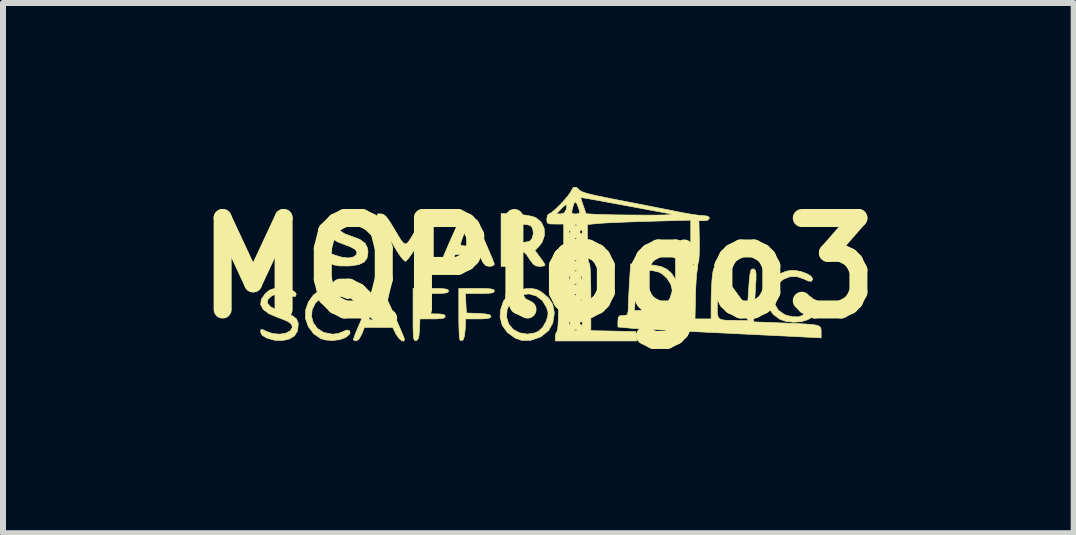
<source format=kicad_pcb>
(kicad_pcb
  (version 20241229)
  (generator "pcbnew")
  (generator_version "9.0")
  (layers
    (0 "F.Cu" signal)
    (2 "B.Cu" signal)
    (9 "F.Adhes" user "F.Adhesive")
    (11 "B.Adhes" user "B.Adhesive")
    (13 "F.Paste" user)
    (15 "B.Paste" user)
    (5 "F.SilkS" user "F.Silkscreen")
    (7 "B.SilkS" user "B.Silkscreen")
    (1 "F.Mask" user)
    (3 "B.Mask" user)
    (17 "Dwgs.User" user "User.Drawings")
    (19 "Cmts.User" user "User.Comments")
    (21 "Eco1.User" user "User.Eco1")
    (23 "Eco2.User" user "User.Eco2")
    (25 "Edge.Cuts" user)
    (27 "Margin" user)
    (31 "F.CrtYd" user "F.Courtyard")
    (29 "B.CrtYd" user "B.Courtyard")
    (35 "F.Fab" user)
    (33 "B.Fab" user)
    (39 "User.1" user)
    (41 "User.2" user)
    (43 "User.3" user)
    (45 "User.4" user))
  (footprint "MQPlogo3"
    (layer "F.Cu")
    (at 5.922 1.418)
    (property "Reference" "MQPlogo3" (at 0 0 0) (layer "F.SilkS") (effects (font (size 1.524 1.524) (thickness 0.3))))
    (attr through_hole)
    (fp_poly (pts (xy -0.895 0.34) (xy -0.807 0.345) (xy -0.757 0.354) (xy -0.736 0.37) (xy -0.734 0.381) (xy -0.744 0.402) (xy -0.781 0.415) (xy -0.855 0.422) (xy -0.975 0.423) (xy -1.216 0.423) (xy -1.199 0.748) (xy -0.995 0.756) (xy -0.883 0.764) (xy -0.819 0.776) (xy -0.792 0.795) (xy -0.79 0.806) (xy -0.802 0.827) (xy -0.845 0.84) (xy -0.929 0.846) (xy -1.001 0.847) (xy -1.211 0.847) (xy -1.219 1.021) (xy -1.232 1.135) (xy -1.255 1.198) (xy -1.289 1.209) (xy -1.307 1.195) (xy -1.314 1.162) (xy -1.32 1.082) (xy -1.324 0.967) (xy -1.326 0.826) (xy -1.326 0.757) (xy -1.326 0.339) (xy -1.03 0.339) (xy -0.895 0.34)) (stroke (width 0.01) (type solid)) (fill yes) (layer "F.SilkS"))
    (fp_poly (pts (xy -1.657 0.34) (xy -1.569 0.345) (xy -1.519 0.354) (xy -1.498 0.37) (xy -1.496 0.381) (xy -1.506 0.402) (xy -1.543 0.415) (xy -1.617 0.422) (xy -1.736 0.423) (xy -1.976 0.423) (xy -1.976 0.762) (xy -1.764 0.762) (xy -1.652 0.764) (xy -1.587 0.772) (xy -1.557 0.788) (xy -1.552 0.804) (xy -1.563 0.827) (xy -1.604 0.84) (xy -1.683 0.846) (xy -1.763 0.847) (xy -1.973 0.847) (xy -1.981 1.023) (xy -1.989 1.124) (xy -2.004 1.18) (xy -2.028 1.205) (xy -2.039 1.208) (xy -2.058 1.208) (xy -2.071 1.192) (xy -2.08 1.155) (xy -2.085 1.086) (xy -2.088 0.979) (xy -2.088 0.826) (xy -2.088 0.778) (xy -2.088 0.339) (xy -1.792 0.339) (xy -1.657 0.34)) (stroke (width 0.01) (type solid)) (fill yes) (layer "F.SilkS"))
    (fp_poly (pts (xy -2.577 -0.892) (xy -2.534 -0.854) (xy -2.48 -0.781) (xy -2.42 -0.684) (xy -2.339 -0.547) (xy -2.281 -0.455) (xy -2.238 -0.408) (xy -2.201 -0.403) (xy -2.163 -0.44) (xy -2.113 -0.518) (xy -2.048 -0.63) (xy -1.974 -0.753) (xy -1.92 -0.833) (xy -1.878 -0.88) (xy -1.842 -0.9) (xy -1.819 -0.903) (xy -1.75 -0.903) (xy -1.75 -0.028) (xy -1.919 -0.028) (xy -1.92 -0.289) (xy -1.92 -0.55) (xy -2.049 -0.332) (xy -2.111 -0.235) (xy -2.166 -0.16) (xy -2.206 -0.118) (xy -2.217 -0.113) (xy -2.248 -0.136) (xy -2.297 -0.196) (xy -2.356 -0.284) (xy -2.376 -0.317) (xy -2.498 -0.522) (xy -2.512 -0.282) (xy -2.519 -0.166) (xy -2.528 -0.095) (xy -2.542 -0.056) (xy -2.566 -0.04) (xy -2.603 -0.033) (xy -2.681 -0.024) (xy -2.681 -0.903) (xy -2.616 -0.903) (xy -2.577 -0.892)) (stroke (width 0.01) (type solid)) (fill yes) (layer "F.SilkS"))
    (fp_poly (pts (xy -3.35 0.347) (xy -3.249 0.367) (xy -3.172 0.401) (xy -3.135 0.448) (xy -3.133 0.462) (xy -3.142 0.505) (xy -3.178 0.513) (xy -3.248 0.486) (xy -3.267 0.476) (xy -3.393 0.431) (xy -3.504 0.435) (xy -3.615 0.488) (xy -3.716 0.583) (xy -3.77 0.694) (xy -3.78 0.808) (xy -3.749 0.916) (xy -3.68 1.008) (xy -3.576 1.073) (xy -3.441 1.1) (xy -3.423 1.101) (xy -3.333 1.089) (xy -3.256 1.059) (xy -3.249 1.055) (xy -3.192 1.032) (xy -3.149 1.041) (xy -3.137 1.077) (xy -3.147 1.101) (xy -3.21 1.156) (xy -3.309 1.192) (xy -3.428 1.207) (xy -3.547 1.198) (xy -3.628 1.174) (xy -3.744 1.095) (xy -3.832 0.978) (xy -3.881 0.841) (xy -3.882 0.833) (xy -3.878 0.695) (xy -3.831 0.562) (xy -3.75 0.45) (xy -3.669 0.39) (xy -3.574 0.357) (xy -3.463 0.343) (xy -3.35 0.347)) (stroke (width 0.01) (type solid)) (fill yes) (layer "F.SilkS"))
    (fp_poly (pts (xy -0.031 0.354) (xy 0.034 0.387) (xy 0.054 0.4) (xy 0.171 0.498) (xy 0.239 0.604) (xy 0.264 0.73) (xy 0.265 0.757) (xy 0.241 0.915) (xy 0.171 1.041) (xy 0.052 1.137) (xy 0.029 1.15) (xy -0.127 1.204) (xy -0.275 1.205) (xy -0.381 1.169) (xy -0.516 1.073) (xy -0.603 0.953) (xy -0.638 0.815) (xy -0.53 0.815) (xy -0.494 0.932) (xy -0.417 1.023) (xy -0.309 1.08) (xy -0.184 1.1) (xy -0.058 1.08) (xy 0.003 1.052) (xy 0.075 0.984) (xy 0.131 0.884) (xy 0.131 0.883) (xy 0.158 0.8) (xy 0.161 0.737) (xy 0.14 0.665) (xy 0.137 0.657) (xy 0.067 0.541) (xy -0.035 0.464) (xy -0.155 0.43) (xy -0.281 0.444) (xy -0.358 0.479) (xy -0.462 0.571) (xy -0.52 0.687) (xy -0.53 0.815) (xy -0.638 0.815) (xy -0.638 0.813) (xy -0.631 0.702) (xy -0.581 0.55) (xy -0.496 0.441) (xy -0.372 0.373) (xy -0.212 0.344) (xy -0.106 0.342) (xy -0.031 0.354)) (stroke (width 0.01) (type solid)) (fill yes) (layer "F.SilkS"))
    (fp_poly (pts (xy 4.385 0.06) (xy 4.476 0.094) (xy 4.544 0.135) (xy 4.572 0.179) (xy 4.572 0.182) (xy 4.553 0.22) (xy 4.498 0.215) (xy 4.431 0.183) (xy 4.308 0.141) (xy 4.187 0.145) (xy 4.077 0.19) (xy 3.989 0.268) (xy 3.931 0.371) (xy 3.914 0.491) (xy 3.932 0.585) (xy 3.997 0.699) (xy 4.104 0.776) (xy 4.225 0.81) (xy 4.34 0.813) (xy 4.413 0.783) (xy 4.45 0.714) (xy 4.459 0.62) (xy 4.462 0.536) (xy 4.475 0.494) (xy 4.503 0.48) (xy 4.516 0.48) (xy 4.547 0.486) (xy 4.564 0.513) (xy 4.571 0.574) (xy 4.572 0.648) (xy 4.57 0.744) (xy 4.559 0.8) (xy 4.533 0.834) (xy 4.489 0.86) (xy 4.382 0.893) (xy 4.253 0.902) (xy 4.125 0.888) (xy 4.024 0.852) (xy 4.022 0.851) (xy 3.915 0.771) (xy 3.852 0.684) (xy 3.822 0.57) (xy 3.816 0.511) (xy 3.825 0.345) (xy 3.879 0.214) (xy 3.977 0.117) (xy 4.119 0.056) (xy 4.194 0.04) (xy 4.285 0.04) (xy 4.385 0.06)) (stroke (width 0.01) (type solid)) (fill yes) (layer "F.SilkS"))
    (fp_poly (pts (xy -4.189 0.348) (xy -4.093 0.375) (xy -4.042 0.415) (xy -4.036 0.44) (xy -4.049 0.472) (xy -4.098 0.468) (xy -4.099 0.467) (xy -4.258 0.433) (xy -4.378 0.436) (xy -4.444 0.463) (xy -4.508 0.523) (xy -4.515 0.583) (xy -4.469 0.641) (xy -4.369 0.697) (xy -4.23 0.745) (xy -4.105 0.79) (xy -4.031 0.846) (xy -4.001 0.922) (xy -4.01 1.025) (xy -4.017 1.053) (xy -4.064 1.13) (xy -4.151 1.182) (xy -4.265 1.207) (xy -4.394 1.203) (xy -4.523 1.167) (xy -4.603 1.12) (xy -4.628 1.069) (xy -4.626 1.03) (xy -4.609 1.02) (xy -4.563 1.039) (xy -4.526 1.058) (xy -4.424 1.092) (xy -4.311 1.101) (xy -4.209 1.085) (xy -4.136 1.046) (xy -4.133 1.043) (xy -4.1 0.987) (xy -4.113 0.937) (xy -4.174 0.89) (xy -4.287 0.842) (xy -4.334 0.826) (xy -4.486 0.762) (xy -4.584 0.69) (xy -4.628 0.608) (xy -4.617 0.52) (xy -4.55 0.425) (xy -4.546 0.421) (xy -4.483 0.369) (xy -4.417 0.345) (xy -4.322 0.339) (xy -4.189 0.348)) (stroke (width 0.01) (type solid)) (fill yes) (layer "F.SilkS"))
    (fp_poly (pts (xy -0.374 -0.898) (xy -0.223 -0.884) (xy -0.104 -0.862) (xy -0.039 -0.839) (xy 0.05 -0.764) (xy 0.097 -0.662) (xy 0.103 -0.548) (xy 0.064 -0.434) (xy 0.013 -0.366) (xy -0.057 -0.293) (xy 0.027 -0.182) (xy 0.076 -0.113) (xy 0.107 -0.063) (xy 0.112 -0.049) (xy 0.088 -0.035) (xy 0.028 -0.028) (xy 0.021 -0.028) (xy -0.039 -0.036) (xy -0.085 -0.066) (xy -0.136 -0.132) (xy -0.152 -0.157) (xy -0.203 -0.232) (xy -0.244 -0.268) (xy -0.292 -0.279) (xy -0.335 -0.277) (xy -0.4 -0.268) (xy -0.431 -0.243) (xy -0.443 -0.187) (xy -0.446 -0.148) (xy -0.455 -0.073) (xy -0.475 -0.038) (xy -0.517 -0.029) (xy -0.538 -0.028) (xy -0.621 -0.028) (xy -0.621 -0.734) (xy -0.452 -0.734) (xy -0.452 -0.423) (xy -0.323 -0.423) (xy -0.231 -0.43) (xy -0.157 -0.445) (xy -0.139 -0.453) (xy -0.1 -0.501) (xy -0.084 -0.577) (xy -0.093 -0.654) (xy -0.119 -0.7) (xy -0.165 -0.719) (xy -0.245 -0.731) (xy -0.302 -0.734) (xy -0.452 -0.734) (xy -0.621 -0.734) (xy -0.621 -0.91) (xy -0.374 -0.898)) (stroke (width 0.01) (type solid)) (fill yes) (layer "F.SilkS"))
    (fp_poly (pts (xy -2.59 0.376) (xy -2.569 0.415) (xy -2.518 0.526) (xy -2.459 0.654) (xy -2.399 0.788) (xy -2.342 0.918) (xy -2.292 1.034) (xy -2.254 1.124) (xy -2.233 1.179) (xy -2.23 1.19) (xy -2.244 1.218) (xy -2.28 1.208) (xy -2.326 1.167) (xy -2.369 1.104) (xy -2.371 1.101) (xy -2.428 0.988) (xy -2.898 0.988) (xy -2.943 1.101) (xy -2.987 1.181) (xy -3.036 1.215) (xy -3.082 1.198) (xy -3.076 1.169) (xy -3.05 1.097) (xy -3.007 0.992) (xy -2.951 0.863) (xy -2.944 0.847) (xy -2.822 0.847) (xy -2.797 0.862) (xy -2.73 0.872) (xy -2.651 0.875) (xy -2.562 0.872) (xy -2.504 0.863) (xy -2.488 0.853) (xy -2.504 0.817) (xy -2.534 0.746) (xy -2.566 0.669) (xy -2.605 0.585) (xy -2.636 0.527) (xy -2.652 0.508) (xy -2.672 0.531) (xy -2.707 0.59) (xy -2.747 0.667) (xy -2.785 0.747) (xy -2.813 0.813) (xy -2.822 0.847) (xy -2.944 0.847) (xy -2.908 0.768) (xy -2.825 0.591) (xy -2.758 0.463) (xy -2.704 0.381) (xy -2.661 0.342) (xy -2.624 0.341) (xy -2.59 0.376)) (stroke (width 0.01) (type solid)) (fill yes) (layer "F.SilkS"))
    (fp_poly (pts (xy -2.993 -0.884) (xy -2.921 -0.851) (xy -2.885 -0.803) (xy -2.884 -0.78) (xy -2.893 -0.747) (xy -2.915 -0.73) (xy -2.963 -0.727) (xy -3.047 -0.737) (xy -3.119 -0.748) (xy -3.219 -0.752) (xy -3.288 -0.723) (xy -3.325 -0.674) (xy -3.307 -0.624) (xy -3.235 -0.575) (xy -3.114 -0.53) (xy -2.977 -0.479) (xy -2.89 -0.415) (xy -2.847 -0.334) (xy -2.839 -0.266) (xy -2.855 -0.167) (xy -2.905 -0.099) (xy -2.996 -0.057) (xy -3.134 -0.037) (xy -3.168 -0.035) (xy -3.309 -0.036) (xy -3.407 -0.053) (xy -3.45 -0.071) (xy -3.508 -0.107) (xy -3.524 -0.138) (xy -3.507 -0.184) (xy -3.499 -0.198) (xy -3.476 -0.231) (xy -3.443 -0.235) (xy -3.38 -0.213) (xy -3.373 -0.21) (xy -3.262 -0.177) (xy -3.16 -0.169) (xy -3.079 -0.186) (xy -3.031 -0.224) (xy -3.024 -0.271) (xy -3.056 -0.313) (xy -3.136 -0.357) (xy -3.213 -0.386) (xy -3.346 -0.437) (xy -3.432 -0.487) (xy -3.479 -0.543) (xy -3.495 -0.614) (xy -3.494 -0.661) (xy -3.478 -0.746) (xy -3.435 -0.805) (xy -3.39 -0.839) (xy -3.3 -0.88) (xy -3.196 -0.9) (xy -3.089 -0.901) (xy -2.993 -0.884)) (stroke (width 0.01) (type solid)) (fill yes) (layer "F.SilkS"))
    (fp_poly (pts (xy -1.148 -0.887) (xy -1.119 -0.878) (xy -1.091 -0.853) (xy -1.06 -0.804) (xy -1.019 -0.725) (xy -0.964 -0.607) (xy -0.913 -0.494) (xy -0.851 -0.355) (xy -0.799 -0.232) (xy -0.759 -0.136) (xy -0.737 -0.077) (xy -0.734 -0.064) (xy -0.758 -0.038) (xy -0.813 -0.028) (xy -0.874 -0.04) (xy -0.918 -0.086) (xy -0.94 -0.127) (xy -0.987 -0.226) (xy -1.386 -0.226) (xy -1.427 -0.127) (xy -1.464 -0.059) (xy -1.509 -0.032) (xy -1.553 -0.028) (xy -1.612 -0.035) (xy -1.637 -0.053) (xy -1.637 -0.053) (xy -1.626 -0.086) (xy -1.596 -0.161) (xy -1.55 -0.269) (xy -1.499 -0.388) (xy -1.298 -0.388) (xy -1.273 -0.375) (xy -1.209 -0.368) (xy -1.174 -0.367) (xy -1.049 -0.367) (xy -1.11 -0.522) (xy -1.145 -0.605) (xy -1.174 -0.661) (xy -1.187 -0.677) (xy -1.203 -0.654) (xy -1.23 -0.595) (xy -1.259 -0.52) (xy -1.284 -0.447) (xy -1.298 -0.396) (xy -1.298 -0.388) (xy -1.499 -0.388) (xy -1.494 -0.4) (xy -1.457 -0.483) (xy -1.389 -0.636) (xy -1.338 -0.744) (xy -1.301 -0.817) (xy -1.271 -0.859) (xy -1.244 -0.881) (xy -1.214 -0.888) (xy -1.184 -0.889) (xy -1.148 -0.887)) (stroke (width 0.01) (type solid)) (fill yes) (layer "F.SilkS"))
    (fp_poly (pts (xy 0.683 -1.303) (xy 0.708 -1.282) (xy 0.76 -1.261) (xy 0.844 -1.236) (xy 0.966 -1.207) (xy 1.133 -1.173) (xy 1.341 -1.132) (xy 1.547 -1.092) (xy 1.758 -1.051) (xy 1.96 -1.011) (xy 2.139 -0.976) (xy 2.279 -0.948) (xy 2.296 -0.944) (xy 2.438 -0.917) (xy 2.571 -0.894) (xy 2.679 -0.88) (xy 2.741 -0.875) (xy 2.818 -0.867) (xy 2.849 -0.843) (xy 2.85 -0.833) (xy 2.826 -0.799) (xy 2.763 -0.79) (xy 2.676 -0.79) (xy 2.683 -0.473) (xy 2.684 -0.341) (xy 2.681 -0.227) (xy 2.676 -0.145) (xy 2.67 -0.11) (xy 2.656 -0.057) (xy 2.656 -0.039) (xy 2.654 0.005) (xy 2.644 0.056) (xy 2.637 0.111) (xy 2.63 0.209) (xy 2.623 0.336) (xy 2.619 0.478) (xy 2.619 0.487) (xy 2.611 0.847) (xy 2.745 0.847) (xy 2.879 0.847) (xy 2.879 0.677) (xy 2.982 0.677) (xy 2.984 0.771) (xy 3.002 0.828) (xy 3.042 0.857) (xy 3.115 0.869) (xy 3.228 0.871) (xy 3.283 0.872) (xy 3.504 0.875) (xy 3.416 0.755) (xy 3.356 0.674) (xy 3.279 0.567) (xy 3.198 0.455) (xy 3.18 0.431) (xy 3.113 0.34) (xy 3.057 0.27) (xy 3.022 0.231) (xy 3.014 0.226) (xy 3.006 0.252) (xy 2.998 0.324) (xy 2.991 0.428) (xy 2.986 0.536) (xy 2.982 0.677) (xy 2.879 0.677) (xy 2.879 0.6) (xy 2.881 0.457) (xy 2.887 0.307) (xy 2.895 0.18) (xy 2.897 0.166) (xy 2.909 0.065) (xy 2.923 0.01) (xy 2.943 -0.01) (xy 2.96 -0.009) (xy 2.992 0.018) (xy 3.05 0.082) (xy 3.125 0.175) (xy 3.212 0.288) (xy 3.246 0.333) (xy 3.485 0.663) (xy 3.504 0.361) (xy 3.515 0.21) (xy 3.526 0.108) (xy 3.539 0.046) (xy 3.557 0.017) (xy 3.583 0.013) (xy 3.597 0.018) (xy 3.619 0.041) (xy 3.628 0.096) (xy 3.627 0.195) (xy 3.625 0.221) (xy 3.618 0.344) (xy 3.609 0.493) (xy 3.601 0.639) (xy 3.601 0.653) (xy 3.587 0.896) (xy 4.073 0.915) (xy 4.278 0.923) (xy 4.435 0.931) (xy 4.548 0.939) (xy 4.625 0.95) (xy 4.674 0.965) (xy 4.7 0.986) (xy 4.711 1.014) (xy 4.713 1.051) (xy 4.713 1.063) (xy 4.713 1.163) (xy 4.367 1.145) (xy 4.261 1.14) (xy 4.107 1.132) (xy 3.914 1.123) (xy 3.69 1.112) (xy 3.443 1.1) (xy 3.182 1.087) (xy 2.916 1.074) (xy 2.865 1.072) (xy 2.606 1.059) (xy 2.358 1.047) (xy 2.128 1.035) (xy 1.924 1.024) (xy 1.751 1.014) (xy 1.619 1.007) (xy 1.533 1.001) (xy 1.517 0.999) (xy 1.326 0.982) (xy 1.326 0.886) (xy 1.332 0.821) (xy 1.357 0.795) (xy 1.411 0.79) (xy 1.46 0.787) (xy 1.486 0.769) (xy 1.496 0.721) (xy 1.497 0.706) (xy 1.6 0.706) (xy 1.789 0.706) (xy 1.911 0.699) (xy 2.013 0.681) (xy 2.058 0.664) (xy 2.133 0.6) (xy 2.194 0.502) (xy 2.227 0.395) (xy 2.23 0.36) (xy 2.206 0.266) (xy 2.145 0.171) (xy 2.061 0.095) (xy 2.003 0.065) (xy 1.912 0.044) (xy 1.803 0.031) (xy 1.771 0.03) (xy 1.637 0.028) (xy 1.637 0.151) (xy 1.634 0.242) (xy 1.628 0.363) (xy 1.619 0.488) (xy 1.619 0.49) (xy 1.6 0.706) (xy 1.497 0.706) (xy 1.499 0.642) (xy 1.502 0.547) (xy 1.509 0.417) (xy 1.516 0.275) (xy 1.52 0.212) (xy 1.538 -0.071) (xy 1.778 -0.06) (xy 1.933 -0.048) (xy 2.047 -0.025) (xy 2.134 0.014) (xy 2.207 0.075) (xy 2.221 0.089) (xy 2.302 0.214) (xy 2.334 0.349) (xy 2.316 0.488) (xy 2.252 0.619) (xy 2.143 0.734) (xy 2.074 0.782) (xy 2.055 0.798) (xy 2.07 0.808) (xy 2.126 0.814) (xy 2.229 0.817) (xy 2.261 0.817) (xy 2.503 0.818) (xy 2.519 0.406) (xy 2.527 0.228) (xy 2.537 0.101) (xy 2.549 0.02) (xy 2.565 -0.023) (xy 2.572 -0.031) (xy 2.595 -0.058) (xy 2.575 -0.089) (xy 2.558 -0.133) (xy 2.546 -0.227) (xy 2.541 -0.372) (xy 2.54 -0.462) (xy 2.54 -0.799) (xy 1.856 -0.78) (xy 1.653 -0.774) (xy 1.459 -0.767) (xy 1.284 -0.76) (xy 1.138 -0.753) (xy 1.032 -0.747) (xy 0.995 -0.744) (xy 0.818 -0.726) (xy 0.818 -0.405) (xy 0.821 -0.262) (xy 0.828 -0.157) (xy 0.838 -0.097) (xy 0.847 -0.085) (xy 0.857 -0.057) (xy 0.865 0.024) (xy 0.871 0.154) (xy 0.874 0.332) (xy 0.875 0.479) (xy 0.875 1.043) (xy 1.249 1.05) (xy 1.623 1.058) (xy 1.641 1.214) (xy 0.282 1.214) (xy 0.282 1.145) (xy 0.293 1.085) (xy 0.31 1.058) (xy 0.32 1.025) (xy 0.602 1.025) (xy 0.606 1.042) (xy 0.621 1.044) (xy 0.644 1.034) (xy 0.64 1.025) (xy 0.606 1.022) (xy 0.602 1.025) (xy 0.32 1.025) (xy 0.321 1.024) (xy 0.329 0.939) (xy 0.33 0.915) (xy 0.51 0.915) (xy 0.515 0.951) (xy 0.525 0.952) (xy 0.53 0.923) (xy 0.689 0.923) (xy 0.693 0.933) (xy 0.72 0.958) (xy 0.733 0.93) (xy 0.734 0.916) (xy 0.72 0.886) (xy 0.705 0.889) (xy 0.689 0.923) (xy 0.53 0.923) (xy 0.532 0.914) (xy 0.527 0.898) (xy 0.515 0.887) (xy 0.51 0.915) (xy 0.33 0.915) (xy 0.335 0.808) (xy 0.335 0.8) (xy 0.602 0.8) (xy 0.606 0.816) (xy 0.621 0.818) (xy 0.644 0.808) (xy 0.64 0.8) (xy 0.606 0.796) (xy 0.602 0.8) (xy 0.335 0.8) (xy 0.338 0.649) (xy 0.579 0.649) (xy 0.585 0.673) (xy 0.605 0.677) (xy 0.644 0.663) (xy 0.649 0.649) (xy 0.629 0.622) (xy 0.623 0.621) (xy 0.584 0.641) (xy 0.579 0.649) (xy 0.338 0.649) (xy 0.338 0.637) (xy 0.338 0.536) (xy 0.508 0.536) (xy 0.518 0.559) (xy 0.527 0.555) (xy 0.528 0.548) (xy 0.708 0.548) (xy 0.713 0.585) (xy 0.723 0.585) (xy 0.729 0.547) (xy 0.725 0.531) (xy 0.712 0.52) (xy 0.708 0.548) (xy 0.528 0.548) (xy 0.53 0.522) (xy 0.527 0.517) (xy 0.51 0.521) (xy 0.508 0.536) (xy 0.338 0.536) (xy 0.339 0.491) (xy 0.339 0.433) (xy 0.602 0.433) (xy 0.606 0.45) (xy 0.621 0.452) (xy 0.644 0.441) (xy 0.64 0.433) (xy 0.606 0.429) (xy 0.602 0.433) (xy 0.339 0.433) (xy 0.339 0.298) (xy 0.34 0.263) (xy 0.602 0.263) (xy 0.606 0.28) (xy 0.621 0.282) (xy 0.644 0.272) (xy 0.64 0.263) (xy 0.606 0.26) (xy 0.602 0.263) (xy 0.34 0.263) (xy 0.341 0.154) (xy 0.341 0.153) (xy 0.51 0.153) (xy 0.515 0.189) (xy 0.525 0.19) (xy 0.532 0.153) (xy 0.708 0.153) (xy 0.713 0.189) (xy 0.723 0.19) (xy 0.729 0.152) (xy 0.725 0.136) (xy 0.712 0.125) (xy 0.708 0.153) (xy 0.532 0.153) (xy 0.532 0.152) (xy 0.527 0.136) (xy 0.515 0.125) (xy 0.51 0.153) (xy 0.341 0.153) (xy 0.346 0.052) (xy 0.347 0.038) (xy 0.602 0.038) (xy 0.606 0.054) (xy 0.621 0.056) (xy 0.644 0.046) (xy 0.64 0.038) (xy 0.606 0.034) (xy 0.602 0.038) (xy 0.347 0.038) (xy 0.352 -0.015) (xy 0.362 -0.054) (xy 0.376 -0.072) (xy 0.381 -0.074) (xy 0.4 -0.092) (xy 0.412 -0.132) (xy 0.602 -0.132) (xy 0.606 -0.115) (xy 0.621 -0.113) (xy 0.644 -0.123) (xy 0.64 -0.132) (xy 0.606 -0.135) (xy 0.602 -0.132) (xy 0.412 -0.132) (xy 0.412 -0.134) (xy 0.42 -0.209) (xy 0.42 -0.226) (xy 0.508 -0.226) (xy 0.518 -0.203) (xy 0.527 -0.207) (xy 0.53 -0.24) (xy 0.529 -0.242) (xy 0.708 -0.242) (xy 0.713 -0.206) (xy 0.723 -0.205) (xy 0.729 -0.243) (xy 0.725 -0.259) (xy 0.712 -0.27) (xy 0.708 -0.242) (xy 0.529 -0.242) (xy 0.527 -0.245) (xy 0.51 -0.241) (xy 0.508 -0.226) (xy 0.42 -0.226) (xy 0.423 -0.326) (xy 0.423 -0.339) (xy 0.593 -0.339) (xy 0.614 -0.311) (xy 0.621 -0.31) (xy 0.648 -0.332) (xy 0.649 -0.339) (xy 0.628 -0.366) (xy 0.621 -0.367) (xy 0.593 -0.345) (xy 0.593 -0.339) (xy 0.423 -0.339) (xy 0.423 -0.412) (xy 0.423 -0.499) (xy 0.602 -0.499) (xy 0.606 -0.482) (xy 0.621 -0.48) (xy 0.644 -0.49) (xy 0.64 -0.499) (xy 0.606 -0.502) (xy 0.602 -0.499) (xy 0.423 -0.499) (xy 0.423 -0.609) (xy 0.51 -0.609) (xy 0.515 -0.573) (xy 0.525 -0.572) (xy 0.53 -0.601) (xy 0.689 -0.601) (xy 0.693 -0.591) (xy 0.72 -0.566) (xy 0.733 -0.594) (xy 0.734 -0.608) (xy 0.72 -0.638) (xy 0.705 -0.635) (xy 0.689 -0.601) (xy 0.53 -0.601) (xy 0.532 -0.61) (xy 0.527 -0.626) (xy 0.515 -0.637) (xy 0.51 -0.609) (xy 0.423 -0.609) (xy 0.423 -0.724) (xy 0.602 -0.724) (xy 0.606 -0.708) (xy 0.621 -0.706) (xy 0.644 -0.716) (xy 0.64 -0.724) (xy 0.606 -0.728) (xy 0.602 -0.724) (xy 0.423 -0.724) (xy 0.423 -0.734) (xy 0.282 -0.734) (xy 0.199 -0.736) (xy 0.157 -0.747) (xy 0.143 -0.777) (xy 0.141 -0.818) (xy 0.152 -0.881) (xy 0.177 -0.903) (xy 0.3 -0.903) (xy 0.373 -0.903) (xy 0.433 -0.919) (xy 0.447 -0.945) (xy 0.557 -0.945) (xy 0.562 -0.912) (xy 0.594 -0.903) (xy 0.623 -0.903) (xy 0.675 -0.907) (xy 0.69 -0.928) (xy 0.675 -0.985) (xy 0.672 -0.995) (xy 0.641 -1.077) (xy 0.616 -1.104) (xy 0.594 -1.078) (xy 0.574 -1.016) (xy 0.557 -0.945) (xy 0.447 -0.945) (xy 0.463 -0.975) (xy 0.464 -0.977) (xy 0.475 -1.04) (xy 0.462 -1.057) (xy 0.422 -1.029) (xy 0.381 -0.987) (xy 0.3 -0.903) (xy 0.177 -0.903) (xy 0.216 -0.923) (xy 0.279 -0.976) (xy 0.354 -1.048) (xy 0.43 -1.129) (xy 0.466 -1.172) (xy 0.706 -1.172) (xy 0.714 -1.145) (xy 0.735 -1.082) (xy 0.75 -1.036) (xy 0.795 -0.906) (xy 0.955 -0.896) (xy 1.032 -0.893) (xy 1.154 -0.89) (xy 1.31 -0.887) (xy 1.488 -0.885) (xy 1.678 -0.884) (xy 1.722 -0.883) (xy 1.923 -0.883) (xy 2.07 -0.885) (xy 2.167 -0.888) (xy 2.214 -0.893) (xy 2.216 -0.9) (xy 2.187 -0.907) (xy 2.117 -0.92) (xy 2.002 -0.941) (xy 1.852 -0.969) (xy 1.68 -1.001) (xy 1.496 -1.035) (xy 1.453 -1.043) (xy 1.226 -1.085) (xy 1.048 -1.118) (xy 0.914 -1.142) (xy 0.819 -1.159) (xy 0.756 -1.169) (xy 0.721 -1.174) (xy 0.707 -1.173) (xy 0.706 -1.172) (xy 0.466 -1.172) (xy 0.496 -1.207) (xy 0.539 -1.269) (xy 0.549 -1.291) (xy 0.584 -1.345) (xy 0.633 -1.347) (xy 0.683 -1.303)) (stroke (width 0.01) (type solid)) (fill yes) (layer "F.SilkS")))
  (gr_rect
    (start -3 -3)
    (end 14.844 5.836)
    (stroke (width 0.1) (type default))
    (fill no)
    (layer "Edge.Cuts")))
</source>
